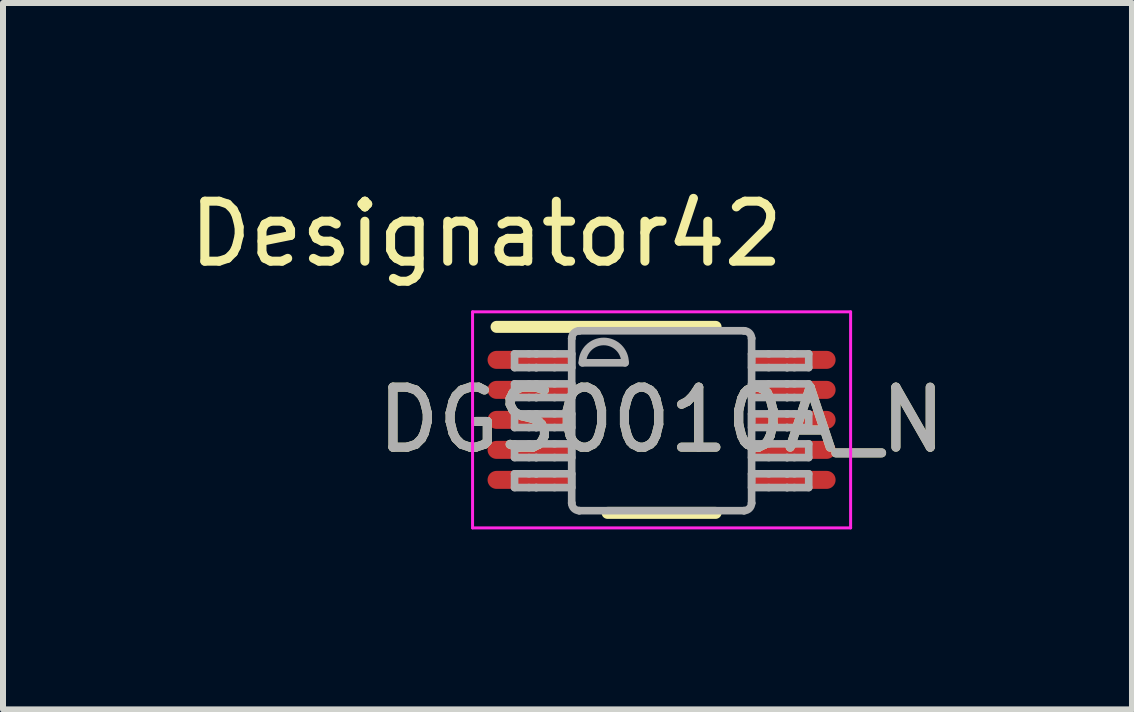
<source format=kicad_pcb>
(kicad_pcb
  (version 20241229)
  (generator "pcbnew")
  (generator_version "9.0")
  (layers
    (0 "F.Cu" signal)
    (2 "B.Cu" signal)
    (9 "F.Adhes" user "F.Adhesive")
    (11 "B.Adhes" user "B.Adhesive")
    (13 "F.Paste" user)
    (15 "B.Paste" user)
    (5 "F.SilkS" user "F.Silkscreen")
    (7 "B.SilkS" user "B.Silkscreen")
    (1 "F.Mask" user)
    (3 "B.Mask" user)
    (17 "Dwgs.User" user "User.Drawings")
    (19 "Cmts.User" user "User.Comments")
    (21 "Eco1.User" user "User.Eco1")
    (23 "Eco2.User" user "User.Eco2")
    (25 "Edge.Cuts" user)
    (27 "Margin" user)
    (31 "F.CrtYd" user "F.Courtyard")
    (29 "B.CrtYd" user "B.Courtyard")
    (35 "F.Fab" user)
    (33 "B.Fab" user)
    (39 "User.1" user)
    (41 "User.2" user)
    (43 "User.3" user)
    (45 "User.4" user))
  (footprint "DGS0010A_N"
    (layer "F.Cu")
    (at 7.975 3.947)
    (property "Reference" "DGS0010A_N" (at 0 0 0) (unlocked yes) (layer "F.SilkS") (effects (font (size 1 1) (thickness 0.15))))
    (attr smd)
    (fp_line (start -2.75 -1.55) (end 0.9 -1.55) (stroke (width 0.2) (type solid)) (layer "F.SilkS"))
    (fp_line (start -0.9 1.55) (end 0.9 1.55) (stroke (width 0.2) (type solid)) (layer "F.SilkS"))
    (fp_line (start -3.15 -1.8) (end 3.15 -1.8) (stroke (width 0.05) (type solid)) (layer "F.CrtYd"))
    (fp_line (start -3.15 1.8) (end -3.15 -1.8) (stroke (width 0.05) (type solid)) (layer "F.CrtYd"))
    (fp_line (start -3.15 1.8) (end 3.15 1.8) (stroke (width 0.05) (type solid)) (layer "F.CrtYd"))
    (fp_line (start 3.15 1.8) (end 3.15 -1.8) (stroke (width 0.05) (type solid)) (layer "F.CrtYd"))
    (fp_line (start -2.45 -1.1) (end -2.21 -1.1) (stroke (width 0.127) (type solid)) (layer "F.Fab"))
    (fp_line (start -2.45 -0.871) (end -2.45 -1.1) (stroke (width 0.127) (type solid)) (layer "F.Fab"))
    (fp_line (start -2.45 -0.871) (end -2.21 -0.871) (stroke (width 0.127) (type solid)) (layer "F.Fab"))
    (fp_line (start -2.45 -0.6) (end -2.21 -0.6) (stroke (width 0.127) (type solid)) (layer "F.Fab"))
    (fp_line (start -2.45 -0.372) (end -2.45 -0.6) (stroke (width 0.127) (type solid)) (layer "F.Fab"))
    (fp_line (start -2.45 -0.372) (end -2.21 -0.372) (stroke (width 0.127) (type solid)) (layer "F.Fab"))
    (fp_line (start -2.45 -0.1) (end -2.21 -0.1) (stroke (width 0.127) (type solid)) (layer "F.Fab"))
    (fp_line (start -2.45 0.128) (end -2.45 -0.1) (stroke (width 0.127) (type solid)) (layer "F.Fab"))
    (fp_line (start -2.45 0.128) (end -2.21 0.128) (stroke (width 0.127) (type solid)) (layer "F.Fab"))
    (fp_line (start -2.45 0.4) (end -2.21 0.4) (stroke (width 0.127) (type solid)) (layer "F.Fab"))
    (fp_line (start -2.45 0.628) (end -2.45 0.4) (stroke (width 0.127) (type solid)) (layer "F.Fab"))
    (fp_line (start -2.45 0.628) (end -2.21 0.628) (stroke (width 0.127) (type solid)) (layer "F.Fab"))
    (fp_line (start -2.45 0.899) (end -2.21 0.899) (stroke (width 0.127) (type solid)) (layer "F.Fab"))
    (fp_line (start -2.45 1.128) (end -2.45 0.899) (stroke (width 0.127) (type solid)) (layer "F.Fab"))
    (fp_line (start -2.45 1.128) (end -2.21 1.128) (stroke (width 0.127) (type solid)) (layer "F.Fab"))
    (fp_line (start -2.21 -1.1) (end -2.09 -1.1) (stroke (width 0.127) (type solid)) (layer "F.Fab"))
    (fp_line (start -2.21 -0.871) (end -2.09 -0.871) (stroke (width 0.127) (type solid)) (layer "F.Fab"))
    (fp_line (start -2.21 -0.6) (end -2.09 -0.6) (stroke (width 0.127) (type solid)) (layer "F.Fab"))
    (fp_line (start -2.21 -0.372) (end -2.09 -0.372) (stroke (width 0.127) (type solid)) (layer "F.Fab"))
    (fp_line (start -2.21 -0.1) (end -2.09 -0.1) (stroke (width 0.127) (type solid)) (layer "F.Fab"))
    (fp_line (start -2.21 0.128) (end -2.09 0.128) (stroke (width 0.127) (type solid)) (layer "F.Fab"))
    (fp_line (start -2.21 0.4) (end -2.09 0.4) (stroke (width 0.127) (type solid)) (layer "F.Fab"))
    (fp_line (start -2.21 0.628) (end -2.09 0.628) (stroke (width 0.127) (type solid)) (layer "F.Fab"))
    (fp_line (start -2.21 0.899) (end -2.09 0.899) (stroke (width 0.127) (type solid)) (layer "F.Fab"))
    (fp_line (start -2.21 1.128) (end -2.09 1.128) (stroke (width 0.127) (type solid)) (layer "F.Fab"))
    (fp_line (start -2.09 -1.1) (end -2.087 -1.1) (stroke (width 0.127) (type solid)) (layer "F.Fab"))
    (fp_line (start -2.09 -0.871) (end -2.087 -0.871) (stroke (width 0.127) (type solid)) (layer "F.Fab"))
    (fp_line (start -2.09 -0.6) (end -2.087 -0.6) (stroke (width 0.127) (type solid)) (layer "F.Fab"))
    (fp_line (start -2.09 -0.372) (end -2.087 -0.372) (stroke (width 0.127) (type solid)) (layer "F.Fab"))
    (fp_line (start -2.09 -0.1) (end -2.087 -0.1) (stroke (width 0.127) (type solid)) (layer "F.Fab"))
    (fp_line (start -2.09 0.128) (end -2.087 0.128) (stroke (width 0.127) (type solid)) (layer "F.Fab"))
    (fp_line (start -2.09 0.4) (end -2.087 0.4) (stroke (width 0.127) (type solid)) (layer "F.Fab"))
    (fp_line (start -2.09 0.628) (end -2.087 0.628) (stroke (width 0.127) (type solid)) (layer "F.Fab"))
    (fp_line (start -2.09 0.899) (end -2.087 0.899) (stroke (width 0.127) (type solid)) (layer "F.Fab"))
    (fp_line (start -2.09 1.128) (end -2.087 1.128) (stroke (width 0.127) (type solid)) (layer "F.Fab"))
    (fp_line (start -2.087 -1.1) (end -1.784 -1.1) (stroke (width 0.127) (type solid)) (layer "F.Fab"))
    (fp_line (start -2.087 -0.871) (end -1.784 -0.871) (stroke (width 0.127) (type solid)) (layer "F.Fab"))
    (fp_line (start -2.087 -0.6) (end -1.784 -0.6) (stroke (width 0.127) (type solid)) (layer "F.Fab"))
    (fp_line (start -2.087 -0.372) (end -1.784 -0.372) (stroke (width 0.127) (type solid)) (layer "F.Fab"))
    (fp_line (start -2.087 -0.1) (end -1.784 -0.1) (stroke (width 0.127) (type solid)) (layer "F.Fab"))
    (fp_line (start -2.087 0.128) (end -1.784 0.128) (stroke (width 0.127) (type solid)) (layer "F.Fab"))
    (fp_line (start -2.087 0.4) (end -1.784 0.4) (stroke (width 0.127) (type solid)) (layer "F.Fab"))
    (fp_line (start -2.087 0.628) (end -1.784 0.628) (stroke (width 0.127) (type solid)) (layer "F.Fab"))
    (fp_line (start -2.087 0.899) (end -1.784 0.899) (stroke (width 0.127) (type solid)) (layer "F.Fab"))
    (fp_line (start -2.087 1.128) (end -1.784 1.128) (stroke (width 0.127) (type solid)) (layer "F.Fab"))
    (fp_line (start -1.784 -1.1) (end -1.498 -1.1) (stroke (width 0.127) (type solid)) (layer "F.Fab"))
    (fp_line (start -1.784 -0.871) (end -1.498 -0.871) (stroke (width 0.127) (type solid)) (layer "F.Fab"))
    (fp_line (start -1.784 -0.6) (end -1.498 -0.6) (stroke (width 0.127) (type solid)) (layer "F.Fab"))
    (fp_line (start -1.784 -0.372) (end -1.498 -0.372) (stroke (width 0.127) (type solid)) (layer "F.Fab"))
    (fp_line (start -1.784 -0.1) (end -1.498 -0.1) (stroke (width 0.127) (type solid)) (layer "F.Fab"))
    (fp_line (start -1.784 0.128) (end -1.498 0.128) (stroke (width 0.127) (type solid)) (layer "F.Fab"))
    (fp_line (start -1.784 0.4) (end -1.498 0.4) (stroke (width 0.127) (type solid)) (layer "F.Fab"))
    (fp_line (start -1.784 0.628) (end -1.498 0.628) (stroke (width 0.127) (type solid)) (layer "F.Fab"))
    (fp_line (start -1.784 0.899) (end -1.498 0.899) (stroke (width 0.127) (type solid)) (layer "F.Fab"))
    (fp_line (start -1.784 1.128) (end -1.498 1.128) (stroke (width 0.127) (type solid)) (layer "F.Fab"))
    (fp_line (start -1.498 -1.358) (end -1.497 -1.36) (stroke (width 0.127) (type solid)) (layer "F.Fab"))
    (fp_line (start -1.498 -0.871) (end -1.498 -1.1) (stroke (width 0.127) (type solid)) (layer "F.Fab"))
    (fp_line (start -1.498 -0.372) (end -1.498 -0.6) (stroke (width 0.127) (type solid)) (layer "F.Fab"))
    (fp_line (start -1.498 0.128) (end -1.498 -0.1) (stroke (width 0.127) (type solid)) (layer "F.Fab"))
    (fp_line (start -1.498 0.628) (end -1.498 0.4) (stroke (width 0.127) (type solid)) (layer "F.Fab"))
    (fp_line (start -1.498 1.128) (end -1.498 0.899) (stroke (width 0.127) (type solid)) (layer "F.Fab"))
    (fp_line (start -1.498 1.386) (end -1.498 -1.358) (stroke (width 0.127) (type solid)) (layer "F.Fab"))
    (fp_line (start -1.498 1.386) (end -1.497 1.388) (stroke (width 0.127) (type solid)) (layer "F.Fab"))
    (fp_line (start -1.373 -1.485) (end -1.371 -1.485) (stroke (width 0.127) (type solid)) (layer "F.Fab"))
    (fp_line (start -1.373 1.513) (end -1.371 1.513) (stroke (width 0.127) (type solid)) (layer "F.Fab"))
    (fp_line (start -1.371 -1.485) (end 1.373 -1.485) (stroke (width 0.127) (type solid)) (layer "F.Fab"))
    (fp_line (start -1.371 1.513) (end 1.373 1.513) (stroke (width 0.127) (type solid)) (layer "F.Fab"))
    (fp_line (start -1.32 -0.951) (end -0.609 -0.951) (stroke (width 0.127) (type solid)) (layer "F.Fab"))
    (fp_line (start 1.373 -1.485) (end 1.375 -1.485) (stroke (width 0.127) (type solid)) (layer "F.Fab"))
    (fp_line (start 1.373 1.513) (end 1.375 1.513) (stroke (width 0.127) (type solid)) (layer "F.Fab"))
    (fp_line (start 1.5 -1.36) (end 1.5 -1.358) (stroke (width 0.127) (type solid)) (layer "F.Fab"))
    (fp_line (start 1.5 1.388) (end 1.5 1.386) (stroke (width 0.127) (type solid)) (layer "F.Fab"))
    (fp_line (start 1.5 -1.1) (end 1.786 -1.1) (stroke (width 0.127) (type solid)) (layer "F.Fab"))
    (fp_line (start 1.5 -0.871) (end 1.5 -1.1) (stroke (width 0.127) (type solid)) (layer "F.Fab"))
    (fp_line (start 1.5 -0.871) (end 1.786 -0.871) (stroke (width 0.127) (type solid)) (layer "F.Fab"))
    (fp_line (start 1.5 -0.6) (end 1.786 -0.6) (stroke (width 0.127) (type solid)) (layer "F.Fab"))
    (fp_line (start 1.5 -0.372) (end 1.5 -0.6) (stroke (width 0.127) (type solid)) (layer "F.Fab"))
    (fp_line (start 1.5 -0.372) (end 1.786 -0.372) (stroke (width 0.127) (type solid)) (layer "F.Fab"))
    (fp_line (start 1.5 -0.1) (end 1.786 -0.1) (stroke (width 0.127) (type solid)) (layer "F.Fab"))
    (fp_line (start 1.5 0.128) (end 1.5 -0.1) (stroke (width 0.127) (type solid)) (layer "F.Fab"))
    (fp_line (start 1.5 0.128) (end 1.786 0.128) (stroke (width 0.127) (type solid)) (layer "F.Fab"))
    (fp_line (start 1.5 0.4) (end 1.786 0.4) (stroke (width 0.127) (type solid)) (layer "F.Fab"))
    (fp_line (start 1.5 0.628) (end 1.5 0.4) (stroke (width 0.127) (type solid)) (layer "F.Fab"))
    (fp_line (start 1.5 0.628) (end 1.786 0.628) (stroke (width 0.127) (type solid)) (layer "F.Fab"))
    (fp_line (start 1.5 0.899) (end 1.786 0.899) (stroke (width 0.127) (type solid)) (layer "F.Fab"))
    (fp_line (start 1.5 1.128) (end 1.5 0.899) (stroke (width 0.127) (type solid)) (layer "F.Fab"))
    (fp_line (start 1.5 1.128) (end 1.786 1.128) (stroke (width 0.127) (type solid)) (layer "F.Fab"))
    (fp_line (start 1.5 1.386) (end 1.5 -1.358) (stroke (width 0.127) (type solid)) (layer "F.Fab"))
    (fp_line (start 1.786 -1.1) (end 2.089 -1.1) (stroke (width 0.127) (type solid)) (layer "F.Fab"))
    (fp_line (start 1.786 -0.871) (end 2.089 -0.871) (stroke (width 0.127) (type solid)) (layer "F.Fab"))
    (fp_line (start 1.786 -0.6) (end 2.089 -0.6) (stroke (width 0.127) (type solid)) (layer "F.Fab"))
    (fp_line (start 1.786 -0.372) (end 2.089 -0.372) (stroke (width 0.127) (type solid)) (layer "F.Fab"))
    (fp_line (start 1.786 -0.1) (end 2.089 -0.1) (stroke (width 0.127) (type solid)) (layer "F.Fab"))
    (fp_line (start 1.786 0.128) (end 2.089 0.128) (stroke (width 0.127) (type solid)) (layer "F.Fab"))
    (fp_line (start 1.786 0.4) (end 2.089 0.4) (stroke (width 0.127) (type solid)) (layer "F.Fab"))
    (fp_line (start 1.786 0.628) (end 2.089 0.628) (stroke (width 0.127) (type solid)) (layer "F.Fab"))
    (fp_line (start 1.786 0.899) (end 2.089 0.899) (stroke (width 0.127) (type solid)) (layer "F.Fab"))
    (fp_line (start 1.786 1.128) (end 2.089 1.128) (stroke (width 0.127) (type solid)) (layer "F.Fab"))
    (fp_line (start 2.089 -1.1) (end 2.093 -1.1) (stroke (width 0.127) (type solid)) (layer "F.Fab"))
    (fp_line (start 2.089 -0.871) (end 2.093 -0.871) (stroke (width 0.127) (type solid)) (layer "F.Fab"))
    (fp_line (start 2.089 -0.6) (end 2.093 -0.6) (stroke (width 0.127) (type solid)) (layer "F.Fab"))
    (fp_line (start 2.089 -0.372) (end 2.093 -0.372) (stroke (width 0.127) (type solid)) (layer "F.Fab"))
    (fp_line (start 2.089 -0.1) (end 2.093 -0.1) (stroke (width 0.127) (type solid)) (layer "F.Fab"))
    (fp_line (start 2.089 0.128) (end 2.093 0.128) (stroke (width 0.127) (type solid)) (layer "F.Fab"))
    (fp_line (start 2.089 0.4) (end 2.093 0.4) (stroke (width 0.127) (type solid)) (layer "F.Fab"))
    (fp_line (start 2.089 0.628) (end 2.093 0.628) (stroke (width 0.127) (type solid)) (layer "F.Fab"))
    (fp_line (start 2.089 0.899) (end 2.093 0.899) (stroke (width 0.127) (type solid)) (layer "F.Fab"))
    (fp_line (start 2.089 1.128) (end 2.093 1.128) (stroke (width 0.127) (type solid)) (layer "F.Fab"))
    (fp_line (start 2.093 -1.1) (end 2.213 -1.1) (stroke (width 0.127) (type solid)) (layer "F.Fab"))
    (fp_line (start 2.093 -0.871) (end 2.213 -0.871) (stroke (width 0.127) (type solid)) (layer "F.Fab"))
    (fp_line (start 2.093 -0.6) (end 2.213 -0.6) (stroke (width 0.127) (type solid)) (layer "F.Fab"))
    (fp_line (start 2.093 -0.372) (end 2.213 -0.372) (stroke (width 0.127) (type solid)) (layer "F.Fab"))
    (fp_line (start 2.093 -0.1) (end 2.213 -0.1) (stroke (width 0.127) (type solid)) (layer "F.Fab"))
    (fp_line (start 2.093 0.128) (end 2.213 0.128) (stroke (width 0.127) (type solid)) (layer "F.Fab"))
    (fp_line (start 2.093 0.4) (end 2.213 0.4) (stroke (width 0.127) (type solid)) (layer "F.Fab"))
    (fp_line (start 2.093 0.628) (end 2.213 0.628) (stroke (width 0.127) (type solid)) (layer "F.Fab"))
    (fp_line (start 2.093 0.899) (end 2.213 0.899) (stroke (width 0.127) (type solid)) (layer "F.Fab"))
    (fp_line (start 2.093 1.128) (end 2.213 1.128) (stroke (width 0.127) (type solid)) (layer "F.Fab"))
    (fp_line (start 2.213 -1.1) (end 2.452 -1.1) (stroke (width 0.127) (type solid)) (layer "F.Fab"))
    (fp_line (start 2.213 -0.871) (end 2.452 -0.871) (stroke (width 0.127) (type solid)) (layer "F.Fab"))
    (fp_line (start 2.213 -0.6) (end 2.452 -0.6) (stroke (width 0.127) (type solid)) (layer "F.Fab"))
    (fp_line (start 2.213 -0.372) (end 2.452 -0.372) (stroke (width 0.127) (type solid)) (layer "F.Fab"))
    (fp_line (start 2.213 -0.1) (end 2.452 -0.1) (stroke (width 0.127) (type solid)) (layer "F.Fab"))
    (fp_line (start 2.213 0.128) (end 2.452 0.128) (stroke (width 0.127) (type solid)) (layer "F.Fab"))
    (fp_line (start 2.213 0.4) (end 2.452 0.4) (stroke (width 0.127) (type solid)) (layer "F.Fab"))
    (fp_line (start 2.213 0.628) (end 2.452 0.628) (stroke (width 0.127) (type solid)) (layer "F.Fab"))
    (fp_line (start 2.213 0.899) (end 2.452 0.899) (stroke (width 0.127) (type solid)) (layer "F.Fab"))
    (fp_line (start 2.213 1.128) (end 2.452 1.128) (stroke (width 0.127) (type solid)) (layer "F.Fab"))
    (fp_line (start 2.452 -0.871) (end 2.452 -1.1) (stroke (width 0.127) (type solid)) (layer "F.Fab"))
    (fp_line (start 2.452 -0.372) (end 2.452 -0.6) (stroke (width 0.127) (type solid)) (layer "F.Fab"))
    (fp_line (start 2.452 0.128) (end 2.452 -0.1) (stroke (width 0.127) (type solid)) (layer "F.Fab"))
    (fp_line (start 2.452 0.628) (end 2.452 0.4) (stroke (width 0.127) (type solid)) (layer "F.Fab"))
    (fp_line (start 2.452 1.128) (end 2.452 0.899) (stroke (width 0.127) (type solid)) (layer "F.Fab"))
    (fp_arc (start -1.49745 -1.360299) (mid -1.460293 -1.447356) (end -1.373243 -1.484531) (stroke (width 0.127) (type solid)) (layer "F.Fab"))
    (fp_arc (start -1.373243 1.512619) (mid -1.460293 1.475444) (end -1.49745 1.388386) (stroke (width 0.127) (type solid)) (layer "F.Fab"))
    (fp_arc (start -1.3197 -0.951156) (mid -0.9641 -1.306756) (end -0.6085 -0.951156) (stroke (width 0.127) (type solid)) (layer "F.Fab"))
    (fp_arc (start 1.375443 -1.484532) (mid 1.462505 -1.447362) (end 1.499675 -1.360299) (stroke (width 0.127) (type solid)) (layer "F.Fab"))
    (fp_arc (start 1.499675 1.388387) (mid 1.462505 1.475449) (end 1.375443 1.512619) (stroke (width 0.127) (type solid)) (layer "F.Fab"))
    (fp_text user "Designator42" (at -2.921 -3.099 0) (unlocked yes) (layer "F.SilkS") (effects (font (size 1 1) (thickness 0.15))))
    (fp_text user "${REFERENCE}" (at 0 0 0) (unlocked yes) (layer "F.Fab") (effects (font (size 1 1) (thickness 0.15))))
    (pad "1" smd oval (at -2.225 -1 90) (size 0.3 1.35) (layers "F.Cu" "F.Mask" "F.Paste"))
    (pad "2" smd oval (at -2.225 -0.5 90) (size 0.3 1.35) (layers "F.Cu" "F.Mask" "F.Paste"))
    (pad "3" smd oval (at -2.225 0 90) (size 0.3 1.35) (layers "F.Cu" "F.Mask" "F.Paste"))
    (pad "4" smd oval (at -2.225 0.5 90) (size 0.3 1.35) (layers "F.Cu" "F.Mask" "F.Paste"))
    (pad "5" smd oval (at -2.225 1 90) (size 0.3 1.35) (layers "F.Cu" "F.Mask" "F.Paste"))
    (pad "6" smd oval (at 2.225 1 90) (size 0.3 1.35) (layers "F.Cu" "F.Mask" "F.Paste"))
    (pad "7" smd oval (at 2.225 0.5 90) (size 0.3 1.35) (layers "F.Cu" "F.Mask" "F.Paste"))
    (pad "8" smd oval (at 2.225 0 90) (size 0.3 1.35) (layers "F.Cu" "F.Mask" "F.Paste"))
    (pad "9" smd oval (at 2.225 -0.5 90) (size 0.3 1.35) (layers "F.Cu" "F.Mask" "F.Paste"))
    (pad "10" smd oval (at 2.225 -1 90) (size 0.3 1.35) (layers "F.Cu" "F.Mask" "F.Paste")))
  (gr_rect
    (start -3 -3)
    (end 15.814 8.772)
    (stroke (width 0.1) (type default))
    (fill no)
    (layer "Edge.Cuts")))
</source>
